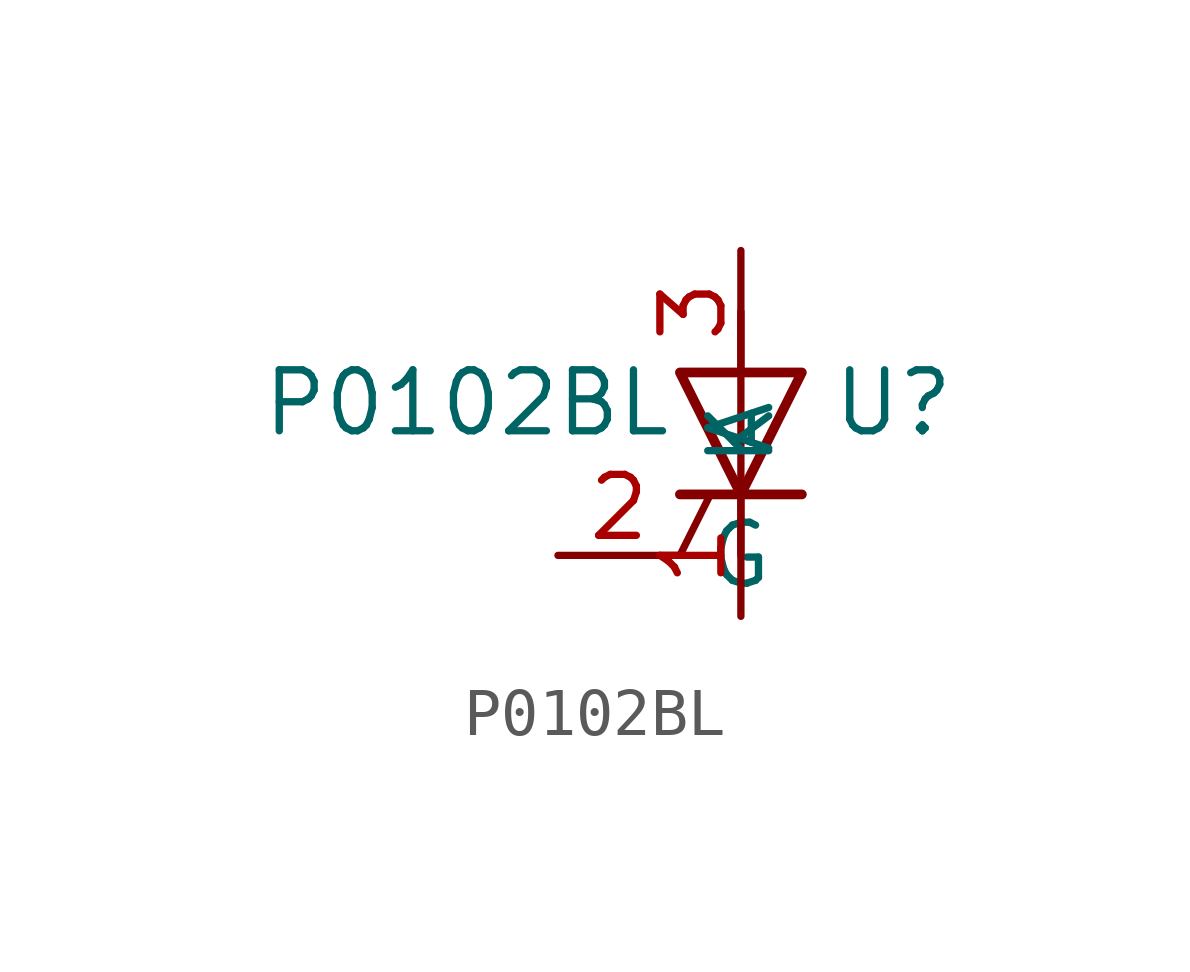
<source format=kicad_sym>
(kicad_symbol_lib
  (version 20220914)
  (generator kicad_symbol_editor)
  (symbol "P0102BL"
    (property "Reference" "U"
      (at 3.175 0 0)
      (effects (font (size 1.27 1.27))))
    (property "Value" "P0102BL"
      (at -5.715 0 0)
      (effects (font (size 1.27 1.27))))
    (symbol "P0102BL_0_1"
      (polyline (pts (xy -1.27 -3.175) (xy -0.635 -1.905)) (stroke (width 0) (type default)) (fill (type none)))
      (polyline (pts (xy -1.27 -1.905) (xy 1.27 -1.905)) (stroke (width 0.203) (type default)) (fill (type none)))
      (polyline (pts (xy 0 -3.175) (xy 0 1.905)) (stroke (width 0) (type default)) (fill (type none)))
      (polyline (pts (xy -1.27 0.635) (xy 1.27 0.635) (xy 0 -1.905) (xy -1.27 0.635)) (stroke (width 0.203) (type default)) (fill (type none))))
    (symbol "P0102BL_1_1"
      (pin passive line (at 0 -4.445 90) (length 2.54) (name "K" (effects (font (size 1.27 1.27)))) (number "1" (effects (font (size 1.27 1.27)))))
      (pin input line (at -3.81 -3.175 0) (length 2.54) (name "G" (effects (font (size 1.27 1.27)))) (number "2" (effects (font (size 1.27 1.27)))))
      (pin passive line (at 0 3.175 270) (length 2.54) (name "A" (effects (font (size 1.27 1.27)))) (number "3" (effects (font (size 1.27 1.27))))))))
</source>
